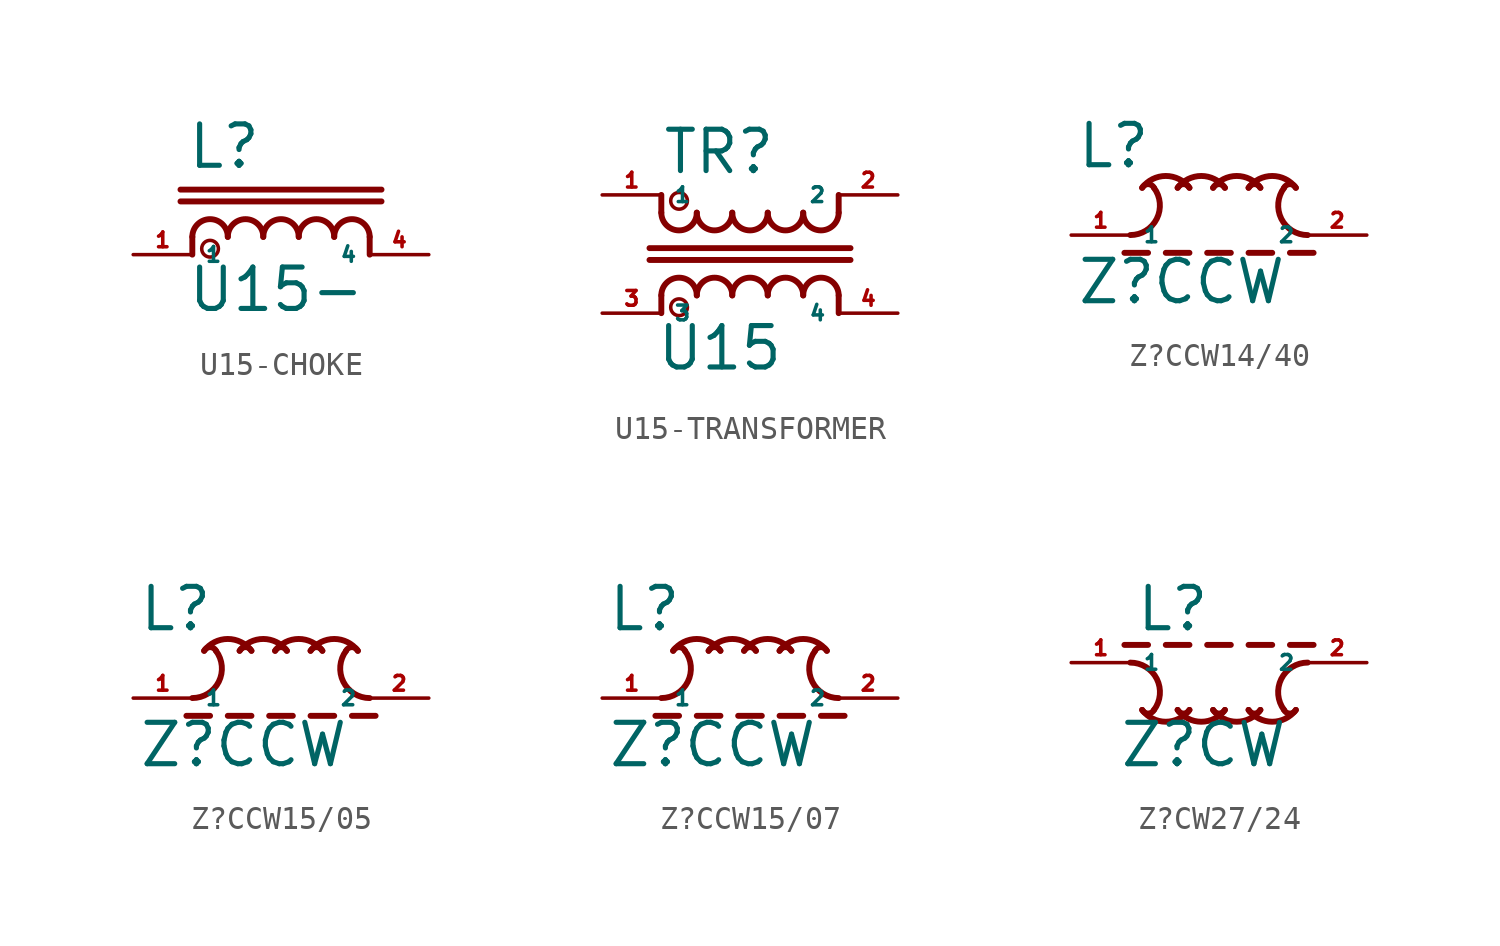
<source format=kicad_sym>
(kicad_symbol_lib
  (version 20220914)
  (generator kicad_symbol_editor)
  (symbol "U15-CHOKE"
    (property "Reference" "L"
      (at -2.794 3.61 0)
      (effects (font (size 1.778 1.778) (thickness 0.22)) (justify left bottom)))
    (property "Value" "U15-"
      (at -2.794 -2.54 0)
      (effects (font (size 1.778 1.778) (thickness 0.22)) (justify left bottom)))
    (symbol "U15-CHOKE_1_1"
      (circle (center -1.778 0.254) (radius 0.359) (stroke (width 0) (type default)) (fill (type none)))
      (arc (start -1.016 0.762) (mid -1.778 1.5207) (end -2.54 0.762) (stroke (width 0.254) (type default)) (fill (type none)))
      (polyline (pts (xy -3.048 2.286) (xy 5.588 2.286)) (stroke (width 0.254) (type default)) (fill (type none)))
      (polyline (pts (xy -3.048 2.794) (xy 5.588 2.794)) (stroke (width 0.254) (type default)) (fill (type none)))
      (polyline (pts (xy -2.54 0.762) (xy -2.54 0)) (stroke (width 0.254) (type default)) (fill (type none)))
      (polyline (pts (xy 5.08 0.762) (xy 5.08 0)) (stroke (width 0.254) (type default)) (fill (type none)))
      (arc (start 0.508 0.762) (mid -0.254 1.5207) (end -1.016 0.762) (stroke (width 0.254) (type default)) (fill (type none)))
      (arc (start 2.032 0.762) (mid 1.27 1.5207) (end 0.508 0.762) (stroke (width 0.254) (type default)) (fill (type none)))
      (arc (start 3.556 0.762) (mid 2.794 1.5207) (end 2.032 0.762) (stroke (width 0.254) (type default)) (fill (type none)))
      (arc (start 5.08 0.762) (mid 4.318 1.5207) (end 3.556 0.762) (stroke (width 0.254) (type default)) (fill (type none)))
      (pin passive line (at -5.08 0 0) (length 2.54) (name "1" (effects (font (size 0.635 0.635)))) (number "1" (effects (font (size 0.635 0.635)))))
      (pin passive line (at 7.62 0 180) (length 2.54) (name "4" (effects (font (size 0.635 0.635)))) (number "4" (effects (font (size 0.635 0.635)))))))
  (symbol "U15-TRANSFORMER"
    (property "Reference" "TR"
      (at -2.54 3.356 0)
      (effects (font (size 1.778 1.778) (thickness 0.22)) (justify left bottom)))
    (property "Value" "U15"
      (at -2.794 -5.08 0)
      (effects (font (size 1.778 1.778) (thickness 0.22)) (justify left bottom)))
    (symbol "U15-TRANSFORMER_1_1"
      (arc (start -2.54 1.778) (mid -1.778 1.0193) (end -1.016 1.778) (stroke (width 0.254) (type default)) (fill (type none)))
      (circle (center -1.778 -2.286) (radius 0.359) (stroke (width 0) (type default)) (fill (type none)))
      (circle (center -1.778 2.286) (radius 0.359) (stroke (width 0) (type default)) (fill (type none)))
      (arc (start -1.016 -1.778) (mid -1.778 -1.0193) (end -2.54 -1.778) (stroke (width 0.254) (type default)) (fill (type none)))
      (arc (start -1.016 1.778) (mid -0.254 1.0193) (end 0.508 1.778) (stroke (width 0.254) (type default)) (fill (type none)))
      (polyline (pts (xy -3.048 -0.254) (xy 5.588 -0.254)) (stroke (width 0.254) (type default)) (fill (type none)))
      (polyline (pts (xy -3.048 0.254) (xy 5.588 0.254)) (stroke (width 0.254) (type default)) (fill (type none)))
      (polyline (pts (xy -2.54 -1.778) (xy -2.54 -2.54)) (stroke (width 0.254) (type default)) (fill (type none)))
      (polyline (pts (xy -2.54 1.778) (xy -2.54 2.54)) (stroke (width 0.254) (type default)) (fill (type none)))
      (polyline (pts (xy 5.08 -1.778) (xy 5.08 -2.54)) (stroke (width 0.254) (type default)) (fill (type none)))
      (polyline (pts (xy 5.08 1.778) (xy 5.08 2.54)) (stroke (width 0.254) (type default)) (fill (type none)))
      (arc (start 0.508 -1.778) (mid -0.254 -1.0193) (end -1.016 -1.778) (stroke (width 0.254) (type default)) (fill (type none)))
      (arc (start 0.508 1.778) (mid 1.27 1.0193) (end 2.032 1.778) (stroke (width 0.254) (type default)) (fill (type none)))
      (arc (start 2.032 -1.778) (mid 1.27 -1.0193) (end 0.508 -1.778) (stroke (width 0.254) (type default)) (fill (type none)))
      (arc (start 2.032 1.778) (mid 2.794 1.0193) (end 3.556 1.778) (stroke (width 0.254) (type default)) (fill (type none)))
      (arc (start 3.556 -1.778) (mid 2.794 -1.0193) (end 2.032 -1.778) (stroke (width 0.254) (type default)) (fill (type none)))
      (arc (start 3.556 1.778) (mid 4.318 1.0193) (end 5.08 1.778) (stroke (width 0.254) (type default)) (fill (type none)))
      (arc (start 5.08 -1.778) (mid 4.318 -1.0193) (end 3.556 -1.778) (stroke (width 0.254) (type default)) (fill (type none)))
      (pin passive line (at -5.08 2.54 0) (length 2.54) (name "1" (effects (font (size 0.635 0.635)))) (number "1" (effects (font (size 0.635 0.635)))))
      (pin passive line (at 7.62 2.54 180) (length 2.54) (name "2" (effects (font (size 0.635 0.635)))) (number "2" (effects (font (size 0.635 0.635)))))
      (pin passive line (at -5.08 -2.54 0) (length 2.54) (name "3" (effects (font (size 0.635 0.635)))) (number "3" (effects (font (size 0.635 0.635)))))
      (pin passive line (at 7.62 -2.54 180) (length 2.54) (name "4" (effects (font (size 0.635 0.635)))) (number "4" (effects (font (size 0.635 0.635)))))))
  (symbol "Z?CCW14/40"
    (property "Reference" "L"
      (at -4.88 2.794 0)
      (effects (font (size 1.778 1.778) (thickness 0.22)) (justify left bottom)))
    (property "Value" "Z?CCW"
      (at -4.88 -3.048 0)
      (effects (font (size 1.778 1.778) (thickness 0.22)) (justify left bottom)))
    (symbol "Z?CCW14/40_1_1"
      (arc (start -2.54 0) (mid -1.404 0.702) (end -1.524 2.032) (stroke (width 0.254) (type default)) (fill (type none)))
      (arc (start -1.524 2.032) (mid -1.778 2.189) (end -2.032 2.032) (stroke (width 0.254) (type default)) (fill (type none)))
      (polyline (pts (xy -2.794 -0.762) (xy -1.778 -0.762)) (stroke (width 0.254) (type default)) (fill (type none)))
      (polyline (pts (xy -1.016 -0.762) (xy 0 -0.762)) (stroke (width 0.254) (type default)) (fill (type none)))
      (polyline (pts (xy 0.762 -0.762) (xy 1.778 -0.762)) (stroke (width 0.254) (type default)) (fill (type none)))
      (polyline (pts (xy 2.54 -0.762) (xy 3.556 -0.762)) (stroke (width 0.254) (type default)) (fill (type none)))
      (polyline (pts (xy 4.318 -0.762) (xy 5.334 -0.762)) (stroke (width 0.254) (type default)) (fill (type none)))
      (arc (start 0 2.032) (mid -1.016 2.54) (end -2.032 2.032) (stroke (width 0.254) (type default)) (fill (type none)))
      (arc (start 0 2.032) (mid -0.254 2.189) (end -0.508 2.032) (stroke (width 0.254) (type default)) (fill (type none)))
      (arc (start 1.524 2.032) (mid 0.508 2.54) (end -0.508 2.032) (stroke (width 0.254) (type default)) (fill (type none)))
      (arc (start 1.524 2.032) (mid 1.27 2.189) (end 1.016 2.032) (stroke (width 0.254) (type default)) (fill (type none)))
      (arc (start 3.048 2.032) (mid 2.032 2.54) (end 1.016 2.032) (stroke (width 0.254) (type default)) (fill (type none)))
      (arc (start 3.048 2.032) (mid 2.794 2.189) (end 2.54 2.032) (stroke (width 0.254) (type default)) (fill (type none)))
      (arc (start 4.064 2.032) (mid 3.944 0.702) (end 5.08 0) (stroke (width 0.254) (type default)) (fill (type none)))
      (arc (start 4.572 2.032) (mid 3.556 2.54) (end 2.54 2.032) (stroke (width 0.254) (type default)) (fill (type none)))
      (arc (start 4.572 2.032) (mid 4.318 2.189) (end 4.064 2.032) (stroke (width 0.254) (type default)) (fill (type none)))
      (pin passive line (at -5.08 0 0) (length 2.54) (name "1" (effects (font (size 0.635 0.635)))) (number "1" (effects (font (size 0.635 0.635)))))
      (pin passive line (at 7.62 0 180) (length 2.54) (name "2" (effects (font (size 0.635 0.635)))) (number "2" (effects (font (size 0.635 0.635)))))))
  (symbol "Z?CCW15/05"
    (property "Reference" "L"
      (at -4.88 2.794 0)
      (effects (font (size 1.778 1.778) (thickness 0.22)) (justify left bottom)))
    (property "Value" "Z?CCW"
      (at -4.88 -3.048 0)
      (effects (font (size 1.778 1.778) (thickness 0.22)) (justify left bottom)))
    (symbol "Z?CCW15/05_1_1"
      (arc (start -2.54 0) (mid -1.404 0.702) (end -1.524 2.032) (stroke (width 0.254) (type default)) (fill (type none)))
      (arc (start -1.524 2.032) (mid -1.778 2.189) (end -2.032 2.032) (stroke (width 0.254) (type default)) (fill (type none)))
      (polyline (pts (xy -2.794 -0.762) (xy -1.778 -0.762)) (stroke (width 0.254) (type default)) (fill (type none)))
      (polyline (pts (xy -1.016 -0.762) (xy 0 -0.762)) (stroke (width 0.254) (type default)) (fill (type none)))
      (polyline (pts (xy 0.762 -0.762) (xy 1.778 -0.762)) (stroke (width 0.254) (type default)) (fill (type none)))
      (polyline (pts (xy 2.54 -0.762) (xy 3.556 -0.762)) (stroke (width 0.254) (type default)) (fill (type none)))
      (polyline (pts (xy 4.318 -0.762) (xy 5.334 -0.762)) (stroke (width 0.254) (type default)) (fill (type none)))
      (arc (start 0 2.032) (mid -1.016 2.54) (end -2.032 2.032) (stroke (width 0.254) (type default)) (fill (type none)))
      (arc (start 0 2.032) (mid -0.254 2.189) (end -0.508 2.032) (stroke (width 0.254) (type default)) (fill (type none)))
      (arc (start 1.524 2.032) (mid 0.508 2.54) (end -0.508 2.032) (stroke (width 0.254) (type default)) (fill (type none)))
      (arc (start 1.524 2.032) (mid 1.27 2.189) (end 1.016 2.032) (stroke (width 0.254) (type default)) (fill (type none)))
      (arc (start 3.048 2.032) (mid 2.032 2.54) (end 1.016 2.032) (stroke (width 0.254) (type default)) (fill (type none)))
      (arc (start 3.048 2.032) (mid 2.794 2.189) (end 2.54 2.032) (stroke (width 0.254) (type default)) (fill (type none)))
      (arc (start 4.064 2.032) (mid 3.944 0.702) (end 5.08 0) (stroke (width 0.254) (type default)) (fill (type none)))
      (arc (start 4.572 2.032) (mid 3.556 2.54) (end 2.54 2.032) (stroke (width 0.254) (type default)) (fill (type none)))
      (arc (start 4.572 2.032) (mid 4.318 2.189) (end 4.064 2.032) (stroke (width 0.254) (type default)) (fill (type none)))
      (pin passive line (at -5.08 0 0) (length 2.54) (name "1" (effects (font (size 0.635 0.635)))) (number "1" (effects (font (size 0.635 0.635)))))
      (pin passive line (at 7.62 0 180) (length 2.54) (name "2" (effects (font (size 0.635 0.635)))) (number "2" (effects (font (size 0.635 0.635)))))))
  (symbol "Z?CCW15/07"
    (property "Reference" "L"
      (at -4.88 2.794 0)
      (effects (font (size 1.778 1.778) (thickness 0.22)) (justify left bottom)))
    (property "Value" "Z?CCW"
      (at -4.88 -3.048 0)
      (effects (font (size 1.778 1.778) (thickness 0.22)) (justify left bottom)))
    (symbol "Z?CCW15/07_1_1"
      (arc (start -2.54 0) (mid -1.404 0.702) (end -1.524 2.032) (stroke (width 0.254) (type default)) (fill (type none)))
      (arc (start -1.524 2.032) (mid -1.778 2.189) (end -2.032 2.032) (stroke (width 0.254) (type default)) (fill (type none)))
      (polyline (pts (xy -2.794 -0.762) (xy -1.778 -0.762)) (stroke (width 0.254) (type default)) (fill (type none)))
      (polyline (pts (xy -1.016 -0.762) (xy 0 -0.762)) (stroke (width 0.254) (type default)) (fill (type none)))
      (polyline (pts (xy 0.762 -0.762) (xy 1.778 -0.762)) (stroke (width 0.254) (type default)) (fill (type none)))
      (polyline (pts (xy 2.54 -0.762) (xy 3.556 -0.762)) (stroke (width 0.254) (type default)) (fill (type none)))
      (polyline (pts (xy 4.318 -0.762) (xy 5.334 -0.762)) (stroke (width 0.254) (type default)) (fill (type none)))
      (arc (start 0 2.032) (mid -1.016 2.54) (end -2.032 2.032) (stroke (width 0.254) (type default)) (fill (type none)))
      (arc (start 0 2.032) (mid -0.254 2.189) (end -0.508 2.032) (stroke (width 0.254) (type default)) (fill (type none)))
      (arc (start 1.524 2.032) (mid 0.508 2.54) (end -0.508 2.032) (stroke (width 0.254) (type default)) (fill (type none)))
      (arc (start 1.524 2.032) (mid 1.27 2.189) (end 1.016 2.032) (stroke (width 0.254) (type default)) (fill (type none)))
      (arc (start 3.048 2.032) (mid 2.032 2.54) (end 1.016 2.032) (stroke (width 0.254) (type default)) (fill (type none)))
      (arc (start 3.048 2.032) (mid 2.794 2.189) (end 2.54 2.032) (stroke (width 0.254) (type default)) (fill (type none)))
      (arc (start 4.064 2.032) (mid 3.944 0.702) (end 5.08 0) (stroke (width 0.254) (type default)) (fill (type none)))
      (arc (start 4.572 2.032) (mid 3.556 2.54) (end 2.54 2.032) (stroke (width 0.254) (type default)) (fill (type none)))
      (arc (start 4.572 2.032) (mid 4.318 2.189) (end 4.064 2.032) (stroke (width 0.254) (type default)) (fill (type none)))
      (pin passive line (at -5.08 0 0) (length 2.54) (name "1" (effects (font (size 0.635 0.635)))) (number "1" (effects (font (size 0.635 0.635)))))
      (pin passive line (at 7.62 0 180) (length 2.54) (name "2" (effects (font (size 0.635 0.635)))) (number "2" (effects (font (size 0.635 0.635)))))))
  (symbol "Z?CW27/24"
    (property "Reference" "L"
      (at -2.34 1.27 0)
      (effects (font (size 1.778 1.778) (thickness 0.22)) (justify left bottom)))
    (property "Value" "Z?CW"
      (at -3.048 -4.572 0)
      (effects (font (size 1.778 1.778) (thickness 0.22)) (justify left bottom)))
    (symbol "Z?CW27/24_1_1"
      (arc (start -2.032 -2.032) (mid -1.778 -2.189) (end -1.524 -2.032) (stroke (width 0.254) (type default)) (fill (type none)))
      (arc (start -2.032 -2.032) (mid -1.016 -2.54) (end 0 -2.032) (stroke (width 0.254) (type default)) (fill (type none)))
      (arc (start -1.524 -2.032) (mid -1.404 -0.702) (end -2.54 0) (stroke (width 0.254) (type default)) (fill (type none)))
      (arc (start -0.508 -2.032) (mid -0.254 -2.189) (end 0 -2.032) (stroke (width 0.254) (type default)) (fill (type none)))
      (arc (start -0.508 -2.032) (mid 0.508 -2.54) (end 1.524 -2.032) (stroke (width 0.254) (type default)) (fill (type none)))
      (polyline (pts (xy -2.794 0.762) (xy -1.778 0.762)) (stroke (width 0.254) (type default)) (fill (type none)))
      (polyline (pts (xy -1.016 0.762) (xy 0 0.762)) (stroke (width 0.254) (type default)) (fill (type none)))
      (polyline (pts (xy 0.762 0.762) (xy 1.778 0.762)) (stroke (width 0.254) (type default)) (fill (type none)))
      (polyline (pts (xy 2.54 0.762) (xy 3.556 0.762)) (stroke (width 0.254) (type default)) (fill (type none)))
      (polyline (pts (xy 4.318 0.762) (xy 5.334 0.762)) (stroke (width 0.254) (type default)) (fill (type none)))
      (arc (start 1.016 -2.032) (mid 1.27 -2.189) (end 1.524 -2.032) (stroke (width 0.254) (type default)) (fill (type none)))
      (arc (start 1.016 -2.032) (mid 2.032 -2.54) (end 3.048 -2.032) (stroke (width 0.254) (type default)) (fill (type none)))
      (arc (start 2.54 -2.032) (mid 2.794 -2.189) (end 3.048 -2.032) (stroke (width 0.254) (type default)) (fill (type none)))
      (arc (start 2.54 -2.032) (mid 3.556 -2.54) (end 4.572 -2.032) (stroke (width 0.254) (type default)) (fill (type none)))
      (arc (start 4.064 -2.032) (mid 4.318 -2.189) (end 4.572 -2.032) (stroke (width 0.254) (type default)) (fill (type none)))
      (arc (start 5.08 0) (mid 3.944 -0.702) (end 4.064 -2.032) (stroke (width 0.254) (type default)) (fill (type none)))
      (pin passive line (at -5.08 0 0) (length 2.54) (name "1" (effects (font (size 0.635 0.635)))) (number "1" (effects (font (size 0.635 0.635)))))
      (pin passive line (at 7.62 0 180) (length 2.54) (name "2" (effects (font (size 0.635 0.635)))) (number "2" (effects (font (size 0.635 0.635))))))))
</source>
